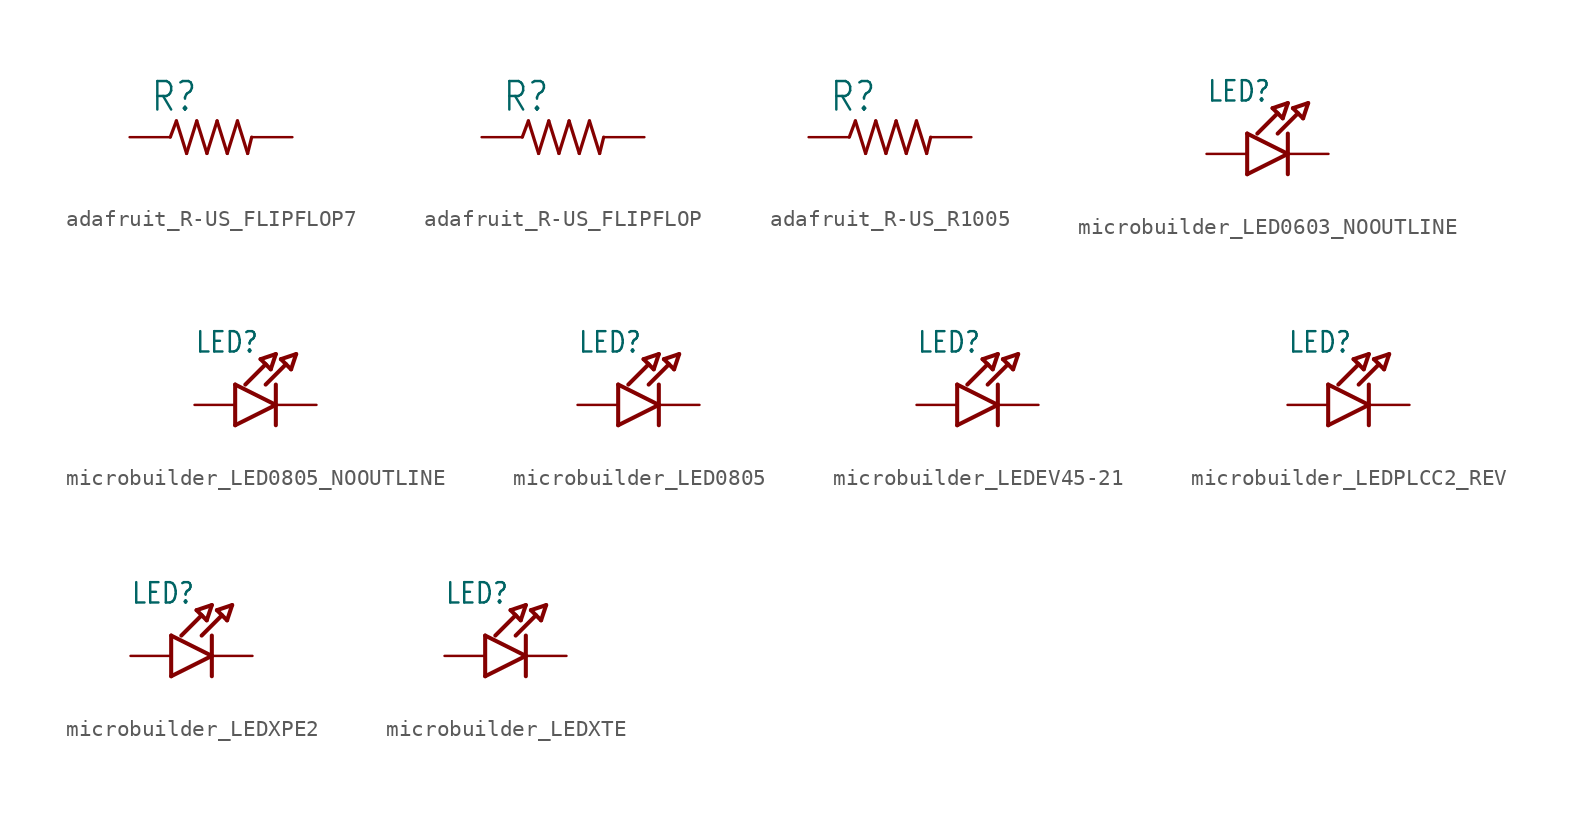
<source format=kicad_sym>
(kicad_symbol_lib
  (version 20220914)
  (generator kicad_symbol_editor)
  (symbol "adafruit_R-US_FLIPFLOP7"
    (property "Reference" "R"
      (at -3.81 1.499 0)
      (effects (font (size 1.778 1.511)) (justify left bottom)))
    (property "Value" ""
      (at -3.81 -3.302 0)
      (effects (font (size 1.778 1.511)) (justify left bottom)))
    (property "ki_locked" ""
      (at 0 0 0)
      (effects (font (size 1.27 1.27))))
    (symbol "adafruit_R-US_FLIPFLOP7_1_0"
      (polyline (pts (xy -2.54 0) (xy -2.159 1.016)) (stroke (width 0.203) (type solid)) (fill (type none)))
      (polyline (pts (xy -2.159 1.016) (xy -1.524 -1.016)) (stroke (width 0.203) (type solid)) (fill (type none)))
      (polyline (pts (xy -1.524 -1.016) (xy -0.889 1.016)) (stroke (width 0.203) (type solid)) (fill (type none)))
      (polyline (pts (xy -0.889 1.016) (xy -0.254 -1.016)) (stroke (width 0.203) (type solid)) (fill (type none)))
      (polyline (pts (xy -0.254 -1.016) (xy 0.381 1.016)) (stroke (width 0.203) (type solid)) (fill (type none)))
      (polyline (pts (xy 0.381 1.016) (xy 1.016 -1.016)) (stroke (width 0.203) (type solid)) (fill (type none)))
      (polyline (pts (xy 1.016 -1.016) (xy 1.651 1.016)) (stroke (width 0.203) (type solid)) (fill (type none)))
      (polyline (pts (xy 1.651 1.016) (xy 2.286 -1.016)) (stroke (width 0.203) (type solid)) (fill (type none)))
      (polyline (pts (xy 2.286 -1.016) (xy 2.54 0)) (stroke (width 0.203) (type solid)) (fill (type none)))
      (pin passive line (at -5.08 0 0) (length 2.54) (name "1" (effects (font (size 0 0)))) (number "1" (effects (font (size 0 0)))))
      (pin passive line (at 5.08 0 180) (length 2.54) (name "2" (effects (font (size 0 0)))) (number "2" (effects (font (size 0 0)))))))
  (symbol "adafruit_R-US_FLIPFLOP"
    (property "Reference" "R"
      (at -3.81 1.499 0)
      (effects (font (size 1.778 1.511)) (justify left bottom)))
    (property "Value" ""
      (at -3.81 -3.302 0)
      (effects (font (size 1.778 1.511)) (justify left bottom)))
    (property "ki_locked" ""
      (at 0 0 0)
      (effects (font (size 1.27 1.27))))
    (symbol "adafruit_R-US_FLIPFLOP_1_0"
      (polyline (pts (xy -2.54 0) (xy -2.159 1.016)) (stroke (width 0.203) (type solid)) (fill (type none)))
      (polyline (pts (xy -2.159 1.016) (xy -1.524 -1.016)) (stroke (width 0.203) (type solid)) (fill (type none)))
      (polyline (pts (xy -1.524 -1.016) (xy -0.889 1.016)) (stroke (width 0.203) (type solid)) (fill (type none)))
      (polyline (pts (xy -0.889 1.016) (xy -0.254 -1.016)) (stroke (width 0.203) (type solid)) (fill (type none)))
      (polyline (pts (xy -0.254 -1.016) (xy 0.381 1.016)) (stroke (width 0.203) (type solid)) (fill (type none)))
      (polyline (pts (xy 0.381 1.016) (xy 1.016 -1.016)) (stroke (width 0.203) (type solid)) (fill (type none)))
      (polyline (pts (xy 1.016 -1.016) (xy 1.651 1.016)) (stroke (width 0.203) (type solid)) (fill (type none)))
      (polyline (pts (xy 1.651 1.016) (xy 2.286 -1.016)) (stroke (width 0.203) (type solid)) (fill (type none)))
      (polyline (pts (xy 2.286 -1.016) (xy 2.54 0)) (stroke (width 0.203) (type solid)) (fill (type none)))
      (pin passive line (at -5.08 0 0) (length 2.54) (name "1" (effects (font (size 0 0)))) (number "1" (effects (font (size 0 0)))))
      (pin passive line (at 5.08 0 180) (length 2.54) (name "2" (effects (font (size 0 0)))) (number "2" (effects (font (size 0 0)))))))
  (symbol "adafruit_R-US_R1005"
    (property "Reference" "R"
      (at -3.81 1.499 0)
      (effects (font (size 1.778 1.511)) (justify left bottom)))
    (property "Value" ""
      (at -3.81 -3.302 0)
      (effects (font (size 1.778 1.511)) (justify left bottom)))
    (property "ki_locked" ""
      (at 0 0 0)
      (effects (font (size 1.27 1.27))))
    (symbol "adafruit_R-US_R1005_1_0"
      (polyline (pts (xy -2.54 0) (xy -2.159 1.016)) (stroke (width 0.203) (type solid)) (fill (type none)))
      (polyline (pts (xy -2.159 1.016) (xy -1.524 -1.016)) (stroke (width 0.203) (type solid)) (fill (type none)))
      (polyline (pts (xy -1.524 -1.016) (xy -0.889 1.016)) (stroke (width 0.203) (type solid)) (fill (type none)))
      (polyline (pts (xy -0.889 1.016) (xy -0.254 -1.016)) (stroke (width 0.203) (type solid)) (fill (type none)))
      (polyline (pts (xy -0.254 -1.016) (xy 0.381 1.016)) (stroke (width 0.203) (type solid)) (fill (type none)))
      (polyline (pts (xy 0.381 1.016) (xy 1.016 -1.016)) (stroke (width 0.203) (type solid)) (fill (type none)))
      (polyline (pts (xy 1.016 -1.016) (xy 1.651 1.016)) (stroke (width 0.203) (type solid)) (fill (type none)))
      (polyline (pts (xy 1.651 1.016) (xy 2.286 -1.016)) (stroke (width 0.203) (type solid)) (fill (type none)))
      (polyline (pts (xy 2.286 -1.016) (xy 2.54 0)) (stroke (width 0.203) (type solid)) (fill (type none)))
      (pin passive line (at -5.08 0 0) (length 2.54) (name "1" (effects (font (size 0 0)))) (number "1" (effects (font (size 0 0)))))
      (pin passive line (at 5.08 0 180) (length 2.54) (name "2" (effects (font (size 0 0)))) (number "2" (effects (font (size 0 0)))))))
  (symbol "microbuilder_LED0603_NOOUTLINE"
    (property "Reference" "LED"
      (at -5.08 3.175 0)
      (effects (font (size 1.27 1.079)) (justify left bottom)))
    (property "Value" ""
      (at -5.08 -2.794 0)
      (effects (font (size 1.27 1.079)) (justify left bottom)))
    (property "ki_locked" ""
      (at 0 0 0)
      (effects (font (size 1.27 1.27))))
    (symbol "microbuilder_LED0603_NOOUTLINE_1_0"
      (polyline (pts (xy -2.54 -1.27) (xy 0 0)) (stroke (width 0.254) (type solid)) (fill (type none)))
      (polyline (pts (xy -2.54 1.27) (xy -2.54 -1.27)) (stroke (width 0.254) (type solid)) (fill (type none)))
      (polyline (pts (xy -1.905 1.27) (xy -0.635 2.54)) (stroke (width 0.254) (type solid)) (fill (type none)))
      (polyline (pts (xy -0.953 2.857) (xy -0.318 2.223)) (stroke (width 0.254) (type solid)) (fill (type none)))
      (polyline (pts (xy -0.635 1.27) (xy 0.635 2.54)) (stroke (width 0.254) (type solid)) (fill (type none)))
      (polyline (pts (xy -0.318 2.223) (xy 0 3.175)) (stroke (width 0.254) (type solid)) (fill (type none)))
      (polyline (pts (xy 0 0) (xy -2.54 1.27)) (stroke (width 0.254) (type solid)) (fill (type none)))
      (polyline (pts (xy 0 0) (xy 0 -1.27)) (stroke (width 0.254) (type solid)) (fill (type none)))
      (polyline (pts (xy 0 1.27) (xy 0 0)) (stroke (width 0.254) (type solid)) (fill (type none)))
      (polyline (pts (xy 0 3.175) (xy -0.953 2.857)) (stroke (width 0.254) (type solid)) (fill (type none)))
      (polyline (pts (xy 0.318 2.857) (xy 0.953 2.223)) (stroke (width 0.254) (type solid)) (fill (type none)))
      (polyline (pts (xy 0.953 2.223) (xy 1.27 3.175)) (stroke (width 0.254) (type solid)) (fill (type none)))
      (polyline (pts (xy 1.27 3.175) (xy 0.318 2.857)) (stroke (width 0.254) (type solid)) (fill (type none)))
      (pin passive line (at -5.08 0 0) (length 2.54) (name "A" (effects (font (size 0 0)))) (number "A" (effects (font (size 0 0)))))
      (pin passive line (at 2.54 0 180) (length 2.54) (name "C" (effects (font (size 0 0)))) (number "C" (effects (font (size 0 0)))))))
  (symbol "microbuilder_LED0805_NOOUTLINE"
    (property "Reference" "LED"
      (at -5.08 3.175 0)
      (effects (font (size 1.27 1.079)) (justify left bottom)))
    (property "Value" ""
      (at -5.08 -2.794 0)
      (effects (font (size 1.27 1.079)) (justify left bottom)))
    (property "ki_locked" ""
      (at 0 0 0)
      (effects (font (size 1.27 1.27))))
    (symbol "microbuilder_LED0805_NOOUTLINE_1_0"
      (polyline (pts (xy -2.54 -1.27) (xy 0 0)) (stroke (width 0.254) (type solid)) (fill (type none)))
      (polyline (pts (xy -2.54 1.27) (xy -2.54 -1.27)) (stroke (width 0.254) (type solid)) (fill (type none)))
      (polyline (pts (xy -1.905 1.27) (xy -0.635 2.54)) (stroke (width 0.254) (type solid)) (fill (type none)))
      (polyline (pts (xy -0.953 2.857) (xy -0.318 2.223)) (stroke (width 0.254) (type solid)) (fill (type none)))
      (polyline (pts (xy -0.635 1.27) (xy 0.635 2.54)) (stroke (width 0.254) (type solid)) (fill (type none)))
      (polyline (pts (xy -0.318 2.223) (xy 0 3.175)) (stroke (width 0.254) (type solid)) (fill (type none)))
      (polyline (pts (xy 0 0) (xy -2.54 1.27)) (stroke (width 0.254) (type solid)) (fill (type none)))
      (polyline (pts (xy 0 0) (xy 0 -1.27)) (stroke (width 0.254) (type solid)) (fill (type none)))
      (polyline (pts (xy 0 1.27) (xy 0 0)) (stroke (width 0.254) (type solid)) (fill (type none)))
      (polyline (pts (xy 0 3.175) (xy -0.953 2.857)) (stroke (width 0.254) (type solid)) (fill (type none)))
      (polyline (pts (xy 0.318 2.857) (xy 0.953 2.223)) (stroke (width 0.254) (type solid)) (fill (type none)))
      (polyline (pts (xy 0.953 2.223) (xy 1.27 3.175)) (stroke (width 0.254) (type solid)) (fill (type none)))
      (polyline (pts (xy 1.27 3.175) (xy 0.318 2.857)) (stroke (width 0.254) (type solid)) (fill (type none)))
      (pin passive line (at -5.08 0 0) (length 2.54) (name "A" (effects (font (size 0 0)))) (number "A" (effects (font (size 0 0)))))
      (pin passive line (at 2.54 0 180) (length 2.54) (name "C" (effects (font (size 0 0)))) (number "C" (effects (font (size 0 0)))))))
  (symbol "microbuilder_LED0805"
    (property "Reference" "LED"
      (at -5.08 3.175 0)
      (effects (font (size 1.27 1.079)) (justify left bottom)))
    (property "Value" ""
      (at -5.08 -2.794 0)
      (effects (font (size 1.27 1.079)) (justify left bottom)))
    (property "ki_locked" ""
      (at 0 0 0)
      (effects (font (size 1.27 1.27))))
    (symbol "microbuilder_LED0805_1_0"
      (polyline (pts (xy -2.54 -1.27) (xy 0 0)) (stroke (width 0.254) (type solid)) (fill (type none)))
      (polyline (pts (xy -2.54 1.27) (xy -2.54 -1.27)) (stroke (width 0.254) (type solid)) (fill (type none)))
      (polyline (pts (xy -1.905 1.27) (xy -0.635 2.54)) (stroke (width 0.254) (type solid)) (fill (type none)))
      (polyline (pts (xy -0.953 2.857) (xy -0.318 2.223)) (stroke (width 0.254) (type solid)) (fill (type none)))
      (polyline (pts (xy -0.635 1.27) (xy 0.635 2.54)) (stroke (width 0.254) (type solid)) (fill (type none)))
      (polyline (pts (xy -0.318 2.223) (xy 0 3.175)) (stroke (width 0.254) (type solid)) (fill (type none)))
      (polyline (pts (xy 0 0) (xy -2.54 1.27)) (stroke (width 0.254) (type solid)) (fill (type none)))
      (polyline (pts (xy 0 0) (xy 0 -1.27)) (stroke (width 0.254) (type solid)) (fill (type none)))
      (polyline (pts (xy 0 1.27) (xy 0 0)) (stroke (width 0.254) (type solid)) (fill (type none)))
      (polyline (pts (xy 0 3.175) (xy -0.953 2.857)) (stroke (width 0.254) (type solid)) (fill (type none)))
      (polyline (pts (xy 0.318 2.857) (xy 0.953 2.223)) (stroke (width 0.254) (type solid)) (fill (type none)))
      (polyline (pts (xy 0.953 2.223) (xy 1.27 3.175)) (stroke (width 0.254) (type solid)) (fill (type none)))
      (polyline (pts (xy 1.27 3.175) (xy 0.318 2.857)) (stroke (width 0.254) (type solid)) (fill (type none)))
      (pin passive line (at -5.08 0 0) (length 2.54) (name "A" (effects (font (size 0 0)))) (number "A" (effects (font (size 0 0)))))
      (pin passive line (at 2.54 0 180) (length 2.54) (name "C" (effects (font (size 0 0)))) (number "C" (effects (font (size 0 0)))))))
  (symbol "microbuilder_LEDEV45-21"
    (property "Reference" "LED"
      (at -5.08 3.175 0)
      (effects (font (size 1.27 1.079)) (justify left bottom)))
    (property "Value" ""
      (at -5.08 -2.794 0)
      (effects (font (size 1.27 1.079)) (justify left bottom)))
    (property "ki_locked" ""
      (at 0 0 0)
      (effects (font (size 1.27 1.27))))
    (symbol "microbuilder_LEDEV45-21_1_0"
      (polyline (pts (xy -2.54 -1.27) (xy 0 0)) (stroke (width 0.254) (type solid)) (fill (type none)))
      (polyline (pts (xy -2.54 1.27) (xy -2.54 -1.27)) (stroke (width 0.254) (type solid)) (fill (type none)))
      (polyline (pts (xy -1.905 1.27) (xy -0.635 2.54)) (stroke (width 0.254) (type solid)) (fill (type none)))
      (polyline (pts (xy -0.953 2.857) (xy -0.318 2.223)) (stroke (width 0.254) (type solid)) (fill (type none)))
      (polyline (pts (xy -0.635 1.27) (xy 0.635 2.54)) (stroke (width 0.254) (type solid)) (fill (type none)))
      (polyline (pts (xy -0.318 2.223) (xy 0 3.175)) (stroke (width 0.254) (type solid)) (fill (type none)))
      (polyline (pts (xy 0 0) (xy -2.54 1.27)) (stroke (width 0.254) (type solid)) (fill (type none)))
      (polyline (pts (xy 0 0) (xy 0 -1.27)) (stroke (width 0.254) (type solid)) (fill (type none)))
      (polyline (pts (xy 0 1.27) (xy 0 0)) (stroke (width 0.254) (type solid)) (fill (type none)))
      (polyline (pts (xy 0 3.175) (xy -0.953 2.857)) (stroke (width 0.254) (type solid)) (fill (type none)))
      (polyline (pts (xy 0.318 2.857) (xy 0.953 2.223)) (stroke (width 0.254) (type solid)) (fill (type none)))
      (polyline (pts (xy 0.953 2.223) (xy 1.27 3.175)) (stroke (width 0.254) (type solid)) (fill (type none)))
      (polyline (pts (xy 1.27 3.175) (xy 0.318 2.857)) (stroke (width 0.254) (type solid)) (fill (type none)))
      (pin passive line (at -5.08 0 0) (length 2.54) (name "A" (effects (font (size 0 0)))) (number "A" (effects (font (size 0 0)))))
      (pin passive line (at 2.54 0 180) (length 2.54) (name "C" (effects (font (size 0 0)))) (number "K" (effects (font (size 0 0)))))))
  (symbol "microbuilder_LEDPLCC2_REV"
    (property "Reference" "LED"
      (at -5.08 3.175 0)
      (effects (font (size 1.27 1.079)) (justify left bottom)))
    (property "Value" ""
      (at -5.08 -2.794 0)
      (effects (font (size 1.27 1.079)) (justify left bottom)))
    (property "ki_locked" ""
      (at 0 0 0)
      (effects (font (size 1.27 1.27))))
    (symbol "microbuilder_LEDPLCC2_REV_1_0"
      (polyline (pts (xy -2.54 -1.27) (xy 0 0)) (stroke (width 0.254) (type solid)) (fill (type none)))
      (polyline (pts (xy -2.54 1.27) (xy -2.54 -1.27)) (stroke (width 0.254) (type solid)) (fill (type none)))
      (polyline (pts (xy -1.905 1.27) (xy -0.635 2.54)) (stroke (width 0.254) (type solid)) (fill (type none)))
      (polyline (pts (xy -0.953 2.857) (xy -0.318 2.223)) (stroke (width 0.254) (type solid)) (fill (type none)))
      (polyline (pts (xy -0.635 1.27) (xy 0.635 2.54)) (stroke (width 0.254) (type solid)) (fill (type none)))
      (polyline (pts (xy -0.318 2.223) (xy 0 3.175)) (stroke (width 0.254) (type solid)) (fill (type none)))
      (polyline (pts (xy 0 0) (xy -2.54 1.27)) (stroke (width 0.254) (type solid)) (fill (type none)))
      (polyline (pts (xy 0 0) (xy 0 -1.27)) (stroke (width 0.254) (type solid)) (fill (type none)))
      (polyline (pts (xy 0 1.27) (xy 0 0)) (stroke (width 0.254) (type solid)) (fill (type none)))
      (polyline (pts (xy 0 3.175) (xy -0.953 2.857)) (stroke (width 0.254) (type solid)) (fill (type none)))
      (polyline (pts (xy 0.318 2.857) (xy 0.953 2.223)) (stroke (width 0.254) (type solid)) (fill (type none)))
      (polyline (pts (xy 0.953 2.223) (xy 1.27 3.175)) (stroke (width 0.254) (type solid)) (fill (type none)))
      (polyline (pts (xy 1.27 3.175) (xy 0.318 2.857)) (stroke (width 0.254) (type solid)) (fill (type none)))
      (pin passive line (at -5.08 0 0) (length 2.54) (name "A" (effects (font (size 0 0)))) (number "A" (effects (font (size 0 0)))))
      (pin passive line (at 2.54 0 180) (length 2.54) (name "C" (effects (font (size 0 0)))) (number "K" (effects (font (size 0 0)))))))
  (symbol "microbuilder_LEDXPE2"
    (property "Reference" "LED"
      (at -5.08 3.175 0)
      (effects (font (size 1.27 1.079)) (justify left bottom)))
    (property "Value" ""
      (at -5.08 -2.794 0)
      (effects (font (size 1.27 1.079)) (justify left bottom)))
    (property "ki_locked" ""
      (at 0 0 0)
      (effects (font (size 1.27 1.27))))
    (symbol "microbuilder_LEDXPE2_1_0"
      (polyline (pts (xy -2.54 -1.27) (xy 0 0)) (stroke (width 0.254) (type solid)) (fill (type none)))
      (polyline (pts (xy -2.54 1.27) (xy -2.54 -1.27)) (stroke (width 0.254) (type solid)) (fill (type none)))
      (polyline (pts (xy -1.905 1.27) (xy -0.635 2.54)) (stroke (width 0.254) (type solid)) (fill (type none)))
      (polyline (pts (xy -0.953 2.857) (xy -0.318 2.223)) (stroke (width 0.254) (type solid)) (fill (type none)))
      (polyline (pts (xy -0.635 1.27) (xy 0.635 2.54)) (stroke (width 0.254) (type solid)) (fill (type none)))
      (polyline (pts (xy -0.318 2.223) (xy 0 3.175)) (stroke (width 0.254) (type solid)) (fill (type none)))
      (polyline (pts (xy 0 0) (xy -2.54 1.27)) (stroke (width 0.254) (type solid)) (fill (type none)))
      (polyline (pts (xy 0 0) (xy 0 -1.27)) (stroke (width 0.254) (type solid)) (fill (type none)))
      (polyline (pts (xy 0 1.27) (xy 0 0)) (stroke (width 0.254) (type solid)) (fill (type none)))
      (polyline (pts (xy 0 3.175) (xy -0.953 2.857)) (stroke (width 0.254) (type solid)) (fill (type none)))
      (polyline (pts (xy 0.318 2.857) (xy 0.953 2.223)) (stroke (width 0.254) (type solid)) (fill (type none)))
      (polyline (pts (xy 0.953 2.223) (xy 1.27 3.175)) (stroke (width 0.254) (type solid)) (fill (type none)))
      (polyline (pts (xy 1.27 3.175) (xy 0.318 2.857)) (stroke (width 0.254) (type solid)) (fill (type none)))
      (pin passive line (at -5.08 0 0) (length 2.54) (name "A" (effects (font (size 0 0)))) (number "ANODE" (effects (font (size 0 0)))))
      (pin passive line (at 2.54 0 180) (length 2.54) (name "C" (effects (font (size 0 0)))) (number "CATHODE" (effects (font (size 0 0)))))))
  (symbol "microbuilder_LEDXTE"
    (property "Reference" "LED"
      (at -5.08 3.175 0)
      (effects (font (size 1.27 1.079)) (justify left bottom)))
    (property "Value" ""
      (at -5.08 -2.794 0)
      (effects (font (size 1.27 1.079)) (justify left bottom)))
    (property "ki_locked" ""
      (at 0 0 0)
      (effects (font (size 1.27 1.27))))
    (symbol "microbuilder_LEDXTE_1_0"
      (polyline (pts (xy -2.54 -1.27) (xy 0 0)) (stroke (width 0.254) (type solid)) (fill (type none)))
      (polyline (pts (xy -2.54 1.27) (xy -2.54 -1.27)) (stroke (width 0.254) (type solid)) (fill (type none)))
      (polyline (pts (xy -1.905 1.27) (xy -0.635 2.54)) (stroke (width 0.254) (type solid)) (fill (type none)))
      (polyline (pts (xy -0.953 2.857) (xy -0.318 2.223)) (stroke (width 0.254) (type solid)) (fill (type none)))
      (polyline (pts (xy -0.635 1.27) (xy 0.635 2.54)) (stroke (width 0.254) (type solid)) (fill (type none)))
      (polyline (pts (xy -0.318 2.223) (xy 0 3.175)) (stroke (width 0.254) (type solid)) (fill (type none)))
      (polyline (pts (xy 0 0) (xy -2.54 1.27)) (stroke (width 0.254) (type solid)) (fill (type none)))
      (polyline (pts (xy 0 0) (xy 0 -1.27)) (stroke (width 0.254) (type solid)) (fill (type none)))
      (polyline (pts (xy 0 1.27) (xy 0 0)) (stroke (width 0.254) (type solid)) (fill (type none)))
      (polyline (pts (xy 0 3.175) (xy -0.953 2.857)) (stroke (width 0.254) (type solid)) (fill (type none)))
      (polyline (pts (xy 0.318 2.857) (xy 0.953 2.223)) (stroke (width 0.254) (type solid)) (fill (type none)))
      (polyline (pts (xy 0.953 2.223) (xy 1.27 3.175)) (stroke (width 0.254) (type solid)) (fill (type none)))
      (polyline (pts (xy 1.27 3.175) (xy 0.318 2.857)) (stroke (width 0.254) (type solid)) (fill (type none)))
      (pin passive line (at -5.08 0 0) (length 2.54) (name "A" (effects (font (size 0 0)))) (number "ANODE" (effects (font (size 0 0)))))
      (pin passive line (at 2.54 0 180) (length 2.54) (name "C" (effects (font (size 0 0)))) (number "CATHODE" (effects (font (size 0 0))))))))
</source>
